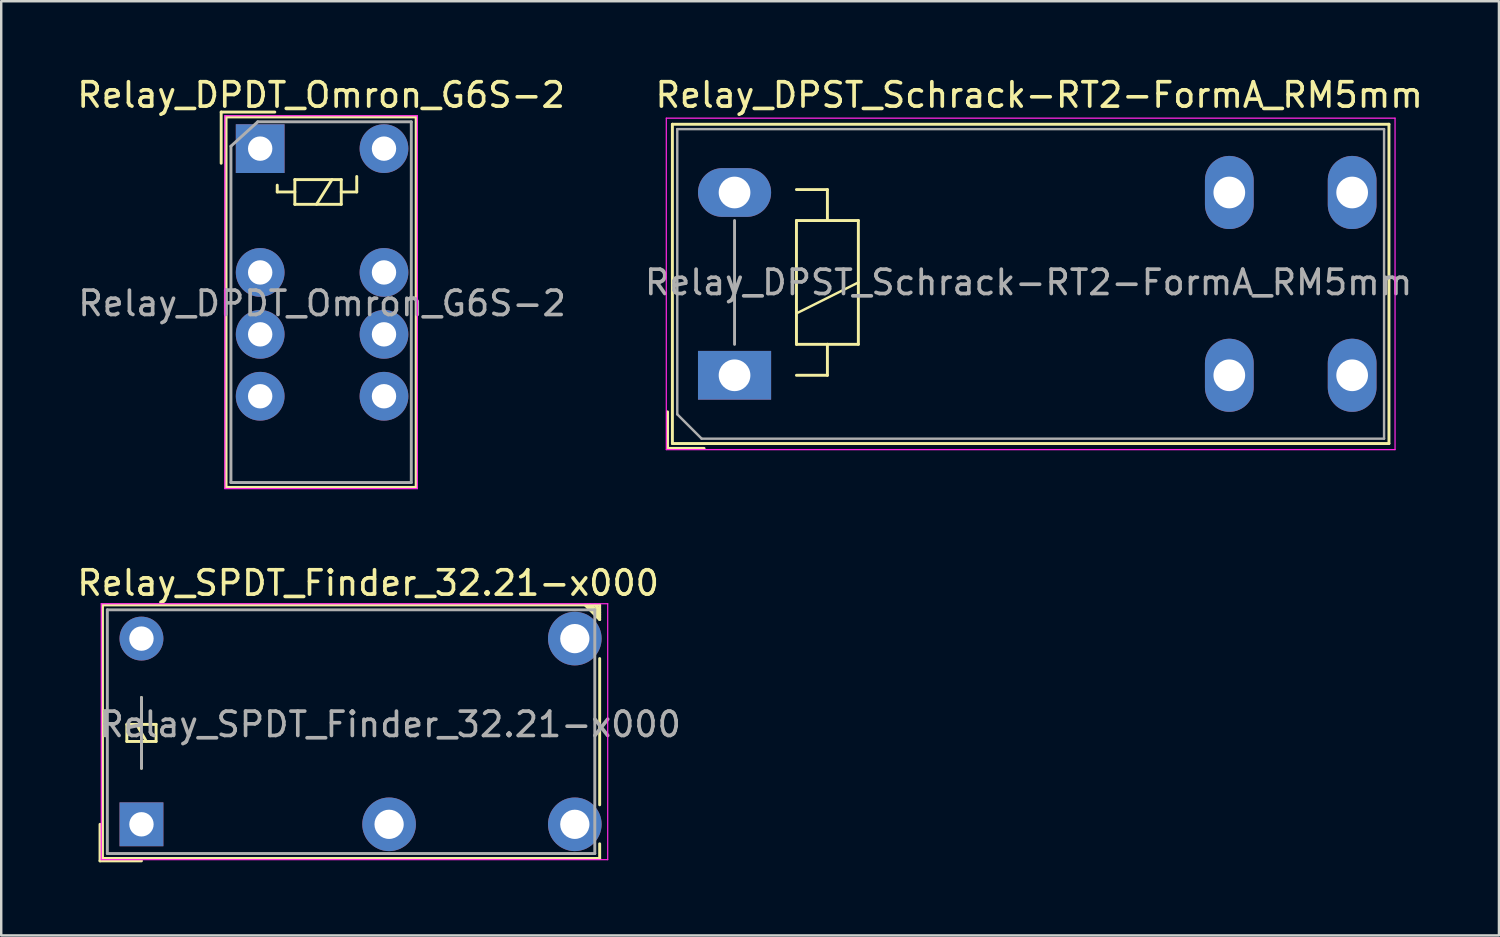
<source format=kicad_pcb>
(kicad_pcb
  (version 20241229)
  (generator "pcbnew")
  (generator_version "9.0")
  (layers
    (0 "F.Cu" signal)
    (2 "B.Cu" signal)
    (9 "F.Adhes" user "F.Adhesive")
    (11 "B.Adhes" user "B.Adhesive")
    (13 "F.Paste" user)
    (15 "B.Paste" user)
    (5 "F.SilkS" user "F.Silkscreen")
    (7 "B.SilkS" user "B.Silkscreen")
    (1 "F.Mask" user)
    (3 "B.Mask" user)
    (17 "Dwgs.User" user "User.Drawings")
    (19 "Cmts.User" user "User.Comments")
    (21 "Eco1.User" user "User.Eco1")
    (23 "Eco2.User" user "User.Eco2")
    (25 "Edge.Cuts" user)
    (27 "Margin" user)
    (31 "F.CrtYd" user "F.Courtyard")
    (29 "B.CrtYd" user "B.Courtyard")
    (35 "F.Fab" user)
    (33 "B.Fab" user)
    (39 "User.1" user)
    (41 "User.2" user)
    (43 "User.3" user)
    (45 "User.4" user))
  (footprint "Relay_SPDT_Finder_32.21-x000"
    (layer "F.Cu")
    (at 2.754 30.771)
    (property "Reference" "Relay_SPDT_Finder_32.21-x000" (at 9.3 -9.9 0) (layer "F.SilkS") (effects (font (size 1 1) (thickness 0.15))))
    (attr through_hole)
    (fp_line (start -1.7 1.5) (end -1.7 0) (stroke (width 0.12) (type solid)) (layer "F.SilkS"))
    (fp_line (start -1.6 -9) (end 18.8 -9) (stroke (width 0.12) (type solid)) (layer "F.SilkS"))
    (fp_line (start -1.6 1.4) (end -1.6 -9) (stroke (width 0.12) (type solid)) (layer "F.SilkS"))
    (fp_line (start -0.6 -4.1) (end -0.6 -3.4) (stroke (width 0.12) (type solid)) (layer "F.SilkS"))
    (fp_line (start -0.6 -3.4) (end 0.6 -3.4) (stroke (width 0.12) (type solid)) (layer "F.SilkS"))
    (fp_line (start 0 -4.1) (end 0 -5.2) (stroke (width 0.12) (type solid)) (layer "F.SilkS"))
    (fp_line (start 0 -3.4) (end 0 -2.3) (stroke (width 0.12) (type solid)) (layer "F.SilkS"))
    (fp_line (start 0 1.5) (end -1.7 1.5) (stroke (width 0.12) (type solid)) (layer "F.SilkS"))
    (fp_line (start 0.2 -3.4) (end -0.2 -4.1) (stroke (width 0.12) (type solid)) (layer "F.SilkS"))
    (fp_line (start 0.6 -4.1) (end -0.6 -4.1) (stroke (width 0.12) (type solid)) (layer "F.SilkS"))
    (fp_line (start 0.6 -3.4) (end 0.6 -4.1) (stroke (width 0.12) (type solid)) (layer "F.SilkS"))
    (fp_line (start 18.2 -9) (end 18.8 -8.4) (stroke (width 0.12) (type solid)) (layer "F.SilkS"))
    (fp_line (start 18.6 -9) (end 18.8 -8.8) (stroke (width 0.12) (type solid)) (layer "F.SilkS"))
    (fp_line (start 18.8 -9) (end 18.8 -8.4) (stroke (width 0.12) (type solid)) (layer "F.SilkS"))
    (fp_line (start 18.8 -8.7) (end 18.4 -9) (stroke (width 0.12) (type solid)) (layer "F.SilkS"))
    (fp_line (start 18.8 -8.6) (end 18.4 -9) (stroke (width 0.12) (type solid)) (layer "F.SilkS"))
    (fp_line (start 18.8 -8.5) (end 18.3 -9) (stroke (width 0.12) (type solid)) (layer "F.SilkS"))
    (fp_line (start 18.8 -6.8) (end 18.8 -0.8) (stroke (width 0.12) (type solid)) (layer "F.SilkS"))
    (fp_line (start 18.8 0.8) (end 18.8 1.4) (stroke (width 0.12) (type solid)) (layer "F.SilkS"))
    (fp_line (start 18.8 1.4) (end -1.6 1.4) (stroke (width 0.12) (type solid)) (layer "F.SilkS"))
    (fp_line (start -1.65 1.45) (end -1.65 -9.05) (stroke (width 0.05) (type solid)) (layer "F.CrtYd"))
    (fp_line (start -1.65 1.45) (end 19.13 1.45) (stroke (width 0.05) (type solid)) (layer "F.CrtYd"))
    (fp_line (start 19.13 -9.05) (end -1.65 -9.05) (stroke (width 0.05) (type solid)) (layer "F.CrtYd"))
    (fp_line (start 19.13 -9.05) (end 19.13 1.45) (stroke (width 0.05) (type solid)) (layer "F.CrtYd"))
    (fp_line (start -1.4 -8.8) (end 18.6 -8.8) (stroke (width 0.12) (type solid)) (layer "F.Fab"))
    (fp_line (start -1.4 1.2) (end -1.4 -8.8) (stroke (width 0.12) (type solid)) (layer "F.Fab"))
    (fp_line (start 0 -2.3) (end 0 -5.2) (stroke (width 0.12) (type solid)) (layer "F.Fab"))
    (fp_line (start 18.6 -8.8) (end 18.6 1.2) (stroke (width 0.12) (type solid)) (layer "F.Fab"))
    (fp_line (start 18.6 1.2) (end -1.4 1.2) (stroke (width 0.12) (type solid)) (layer "F.Fab"))
    (fp_text user "${REFERENCE}" (at 10.2 -4.1 180) (layer "F.Fab") (effects (font (size 1 1) (thickness 0.15))))
    (pad "11" thru_hole circle (at 10.16 0 90) (size 2.2 2.2) (drill 1.2) (layers "*.Cu" "*.Mask"))
    (pad "12" thru_hole circle (at 17.78 -7.62 90) (size 2.2 2.2) (drill 1.2) (layers "*.Cu" "*.Mask"))
    (pad "14" thru_hole circle (at 17.78 0 90) (size 2.2 2.2) (drill 1.2) (layers "*.Cu" "*.Mask"))
    (pad "A1" thru_hole rect (at 0 0 90) (size 1.8 1.8) (drill 1) (layers "*.Cu" "*.Mask"))
    (pad "A2" thru_hole circle (at 0 -7.62 90) (size 1.8 1.8) (drill 1) (layers "*.Cu" "*.Mask")))
  (footprint "Relay_DPST_Schrack-RT2-FormA_RM5mm"
    (layer "F.Cu")
    (at 27.088 12.348)
    (property "Reference" "Relay_DPST_Schrack-RT2-FormA_RM5mm" (at 12.5 -11.5 0) (layer "F.SilkS") (effects (font (size 1 1) (thickness 0.15))))
    (attr through_hole)
    (fp_line (start -2.75 1.5) (end -2.75 3) (stroke (width 0.12) (type solid)) (layer "F.SilkS"))
    (fp_line (start -2.75 3) (end -1.25 3) (stroke (width 0.12) (type solid)) (layer "F.SilkS"))
    (fp_line (start -2.55 -10.3) (end -2.55 2.8) (stroke (width 0.12) (type solid)) (layer "F.SilkS"))
    (fp_line (start -2.55 2.8) (end 26.85 2.8) (stroke (width 0.12) (type solid)) (layer "F.SilkS"))
    (fp_line (start 2.54 -6.35) (end 2.54 -1.27) (stroke (width 0.12) (type solid)) (layer "F.SilkS"))
    (fp_line (start 2.54 -2.54) (end 5.08 -3.81) (stroke (width 0.1) (type solid)) (layer "F.SilkS"))
    (fp_line (start 2.54 -1.27) (end 3.81 -1.27) (stroke (width 0.12) (type solid)) (layer "F.SilkS"))
    (fp_line (start 2.54 0) (end 3.81 0) (stroke (width 0.12) (type solid)) (layer "F.SilkS"))
    (fp_line (start 3.81 -7.62) (end 2.54 -7.62) (stroke (width 0.12) (type solid)) (layer "F.SilkS"))
    (fp_line (start 3.81 -6.35) (end 3.81 -7.62) (stroke (width 0.12) (type solid)) (layer "F.SilkS"))
    (fp_line (start 3.81 -1.27) (end 5.08 -1.27) (stroke (width 0.12) (type solid)) (layer "F.SilkS"))
    (fp_line (start 3.81 0) (end 3.81 -1.27) (stroke (width 0.12) (type solid)) (layer "F.SilkS"))
    (fp_line (start 5.08 -6.35) (end 2.54 -6.35) (stroke (width 0.12) (type solid)) (layer "F.SilkS"))
    (fp_line (start 5.08 -1.27) (end 5.08 -6.35) (stroke (width 0.12) (type solid)) (layer "F.SilkS"))
    (fp_line (start 26.85 -10.3) (end -2.55 -10.3) (stroke (width 0.12) (type solid)) (layer "F.SilkS"))
    (fp_line (start 26.85 2.8) (end 26.85 -10.3) (stroke (width 0.12) (type solid)) (layer "F.SilkS"))
    (fp_line (start -2.8 -10.55) (end -2.8 3.05) (stroke (width 0.05) (type solid)) (layer "F.CrtYd"))
    (fp_line (start -2.8 3.05) (end 27.1 3.05) (stroke (width 0.05) (type solid)) (layer "F.CrtYd"))
    (fp_line (start 27.1 -10.55) (end -2.8 -10.55) (stroke (width 0.05) (type solid)) (layer "F.CrtYd"))
    (fp_line (start 27.1 3.05) (end 27.1 -10.55) (stroke (width 0.05) (type solid)) (layer "F.CrtYd"))
    (fp_line (start -2.35 -10.1) (end -2.35 1.6) (stroke (width 0.1) (type solid)) (layer "F.Fab"))
    (fp_line (start -2.35 1.6) (end -1.35 2.6) (stroke (width 0.1) (type solid)) (layer "F.Fab"))
    (fp_line (start -1.35 2.6) (end 26.65 2.6) (stroke (width 0.1) (type solid)) (layer "F.Fab"))
    (fp_line (start 0 -1.27) (end 0 -6.35) (stroke (width 0.12) (type solid)) (layer "F.Fab"))
    (fp_line (start 26.65 -10.1) (end -2.35 -10.1) (stroke (width 0.1) (type solid)) (layer "F.Fab"))
    (fp_line (start 26.65 2.6) (end 26.65 -10.1) (stroke (width 0.1) (type solid)) (layer "F.Fab"))
    (fp_text user "${REFERENCE}" (at 12.065 -3.81 180) (layer "F.Fab") (effects (font (size 1 1) (thickness 0.15))))
    (pad "11" thru_hole oval (at 20.3 0 180) (size 2 3) (drill 1.3) (layers "*.Cu" "*.Mask"))
    (pad "14" thru_hole oval (at 25.34 0 180) (size 2 3) (drill 1.3) (layers "*.Cu" "*.Mask"))
    (pad "21" thru_hole oval (at 20.3 -7.5 180) (size 2 3) (drill 1.3) (layers "*.Cu" "*.Mask"))
    (pad "24" thru_hole oval (at 25.34 -7.5 180) (size 2 3) (drill 1.3) (layers "*.Cu" "*.Mask"))
    (pad "A1" thru_hole rect (at 0 0 180) (size 3 2) (drill 1.3) (layers "*.Cu" "*.Mask"))
    (pad "A2" thru_hole oval (at 0 -7.5 180) (size 3 2) (drill 1.3) (layers "*.Cu" "*.Mask")))
  (footprint "Relay_DPDT_Omron_G6S-2"
    (layer "F.Cu")
    (at 7.625 3.048)
    (property "Reference" "Relay_DPDT_Omron_G6S-2" (at 2.5 -2.2 0) (layer "F.SilkS") (effects (font (size 1 1) (thickness 0.15))))
    (attr through_hole)
    (fp_line (start -1.6 -1.5) (end 0.6 -1.5) (stroke (width 0.12) (type solid)) (layer "F.SilkS"))
    (fp_line (start -1.6 0.6) (end -1.6 -1.5) (stroke (width 0.12) (type solid)) (layer "F.SilkS"))
    (fp_line (start -1.4 -1.3) (end 6.4 -1.3) (stroke (width 0.12) (type solid)) (layer "F.SilkS"))
    (fp_line (start -1.4 13.9) (end -1.4 -1.3) (stroke (width 0.12) (type solid)) (layer "F.SilkS"))
    (fp_line (start 0.7 1.5) (end 0.7 1.778) (stroke (width 0.12) (type solid)) (layer "F.SilkS"))
    (fp_line (start 0.7 1.778) (end 1.422 1.778) (stroke (width 0.12) (type solid)) (layer "F.SilkS"))
    (fp_line (start 1.422 1.27) (end 1.422 2.286) (stroke (width 0.12) (type solid)) (layer "F.SilkS"))
    (fp_line (start 1.422 2.286) (end 3.327 2.286) (stroke (width 0.12) (type solid)) (layer "F.SilkS"))
    (fp_line (start 2.946 1.27) (end 2.311 2.286) (stroke (width 0.12) (type solid)) (layer "F.SilkS"))
    (fp_line (start 3.327 1.27) (end 1.422 1.27) (stroke (width 0.12) (type solid)) (layer "F.SilkS"))
    (fp_line (start 3.327 1.27) (end 3.327 2.286) (stroke (width 0.12) (type solid)) (layer "F.SilkS"))
    (fp_line (start 3.962 1.143) (end 3.962 1.778) (stroke (width 0.12) (type solid)) (layer "F.SilkS"))
    (fp_line (start 3.962 1.778) (end 3.327 1.778) (stroke (width 0.12) (type solid)) (layer "F.SilkS"))
    (fp_line (start 6.4 -1.3) (end 6.4 13.9) (stroke (width 0.12) (type solid)) (layer "F.SilkS"))
    (fp_line (start 6.4 13.9) (end -1.4 13.9) (stroke (width 0.12) (type solid)) (layer "F.SilkS"))
    (fp_line (start -1.45 -1.35) (end -1.45 13.95) (stroke (width 0.05) (type solid)) (layer "F.CrtYd"))
    (fp_line (start -1.45 -1.35) (end 6.45 -1.35) (stroke (width 0.05) (type solid)) (layer "F.CrtYd"))
    (fp_line (start 6.45 13.95) (end -1.45 13.95) (stroke (width 0.05) (type solid)) (layer "F.CrtYd"))
    (fp_line (start 6.45 13.95) (end 6.45 -1.35) (stroke (width 0.05) (type solid)) (layer "F.CrtYd"))
    (fp_line (start -1.2 -0.1) (end -0.1 -1.1) (stroke (width 0.12) (type solid)) (layer "F.Fab"))
    (fp_line (start -1.2 13.7) (end -1.2 -0.1) (stroke (width 0.12) (type solid)) (layer "F.Fab"))
    (fp_line (start -0.1 -1.1) (end 6.2 -1.1) (stroke (width 0.12) (type solid)) (layer "F.Fab"))
    (fp_line (start 6.2 -1.1) (end 6.2 13.7) (stroke (width 0.12) (type solid)) (layer "F.Fab"))
    (fp_line (start 6.2 13.7) (end -1.2 13.7) (stroke (width 0.12) (type solid)) (layer "F.Fab"))
    (fp_text user "${REFERENCE}" (at 2.54 6.35 0) (layer "F.Fab") (effects (font (size 1 1) (thickness 0.15))))
    (pad "1" thru_hole rect (at 0 0) (size 2 2) (drill 1) (layers "*.Cu" "*.Mask"))
    (pad "3" thru_hole circle (at 0 5.08) (size 2 2) (drill 1) (layers "*.Cu" "*.Mask"))
    (pad "4" thru_hole circle (at 0 7.62 270) (size 2 2) (drill 1) (layers "*.Cu" "*.Mask"))
    (pad "5" thru_hole circle (at 0 10.16) (size 2 2) (drill 1) (layers "*.Cu" "*.Mask"))
    (pad "8" thru_hole circle (at 5.08 10.16) (size 2 2) (drill 1) (layers "*.Cu" "*.Mask"))
    (pad "9" thru_hole circle (at 5.08 7.62 270) (size 2 2) (drill 1) (layers "*.Cu" "*.Mask"))
    (pad "10" thru_hole circle (at 5.08 5.08) (size 2 2) (drill 1) (layers "*.Cu" "*.Mask"))
    (pad "12" thru_hole circle (at 5.08 0) (size 2 2) (drill 1) (layers "*.Cu" "*.Mask")))
  (gr_rect
    (start -3 -3)
    (end 58.451 35.331)
    (stroke (width 0.1) (type default))
    (fill no)
    (layer "Edge.Cuts")))
</source>
